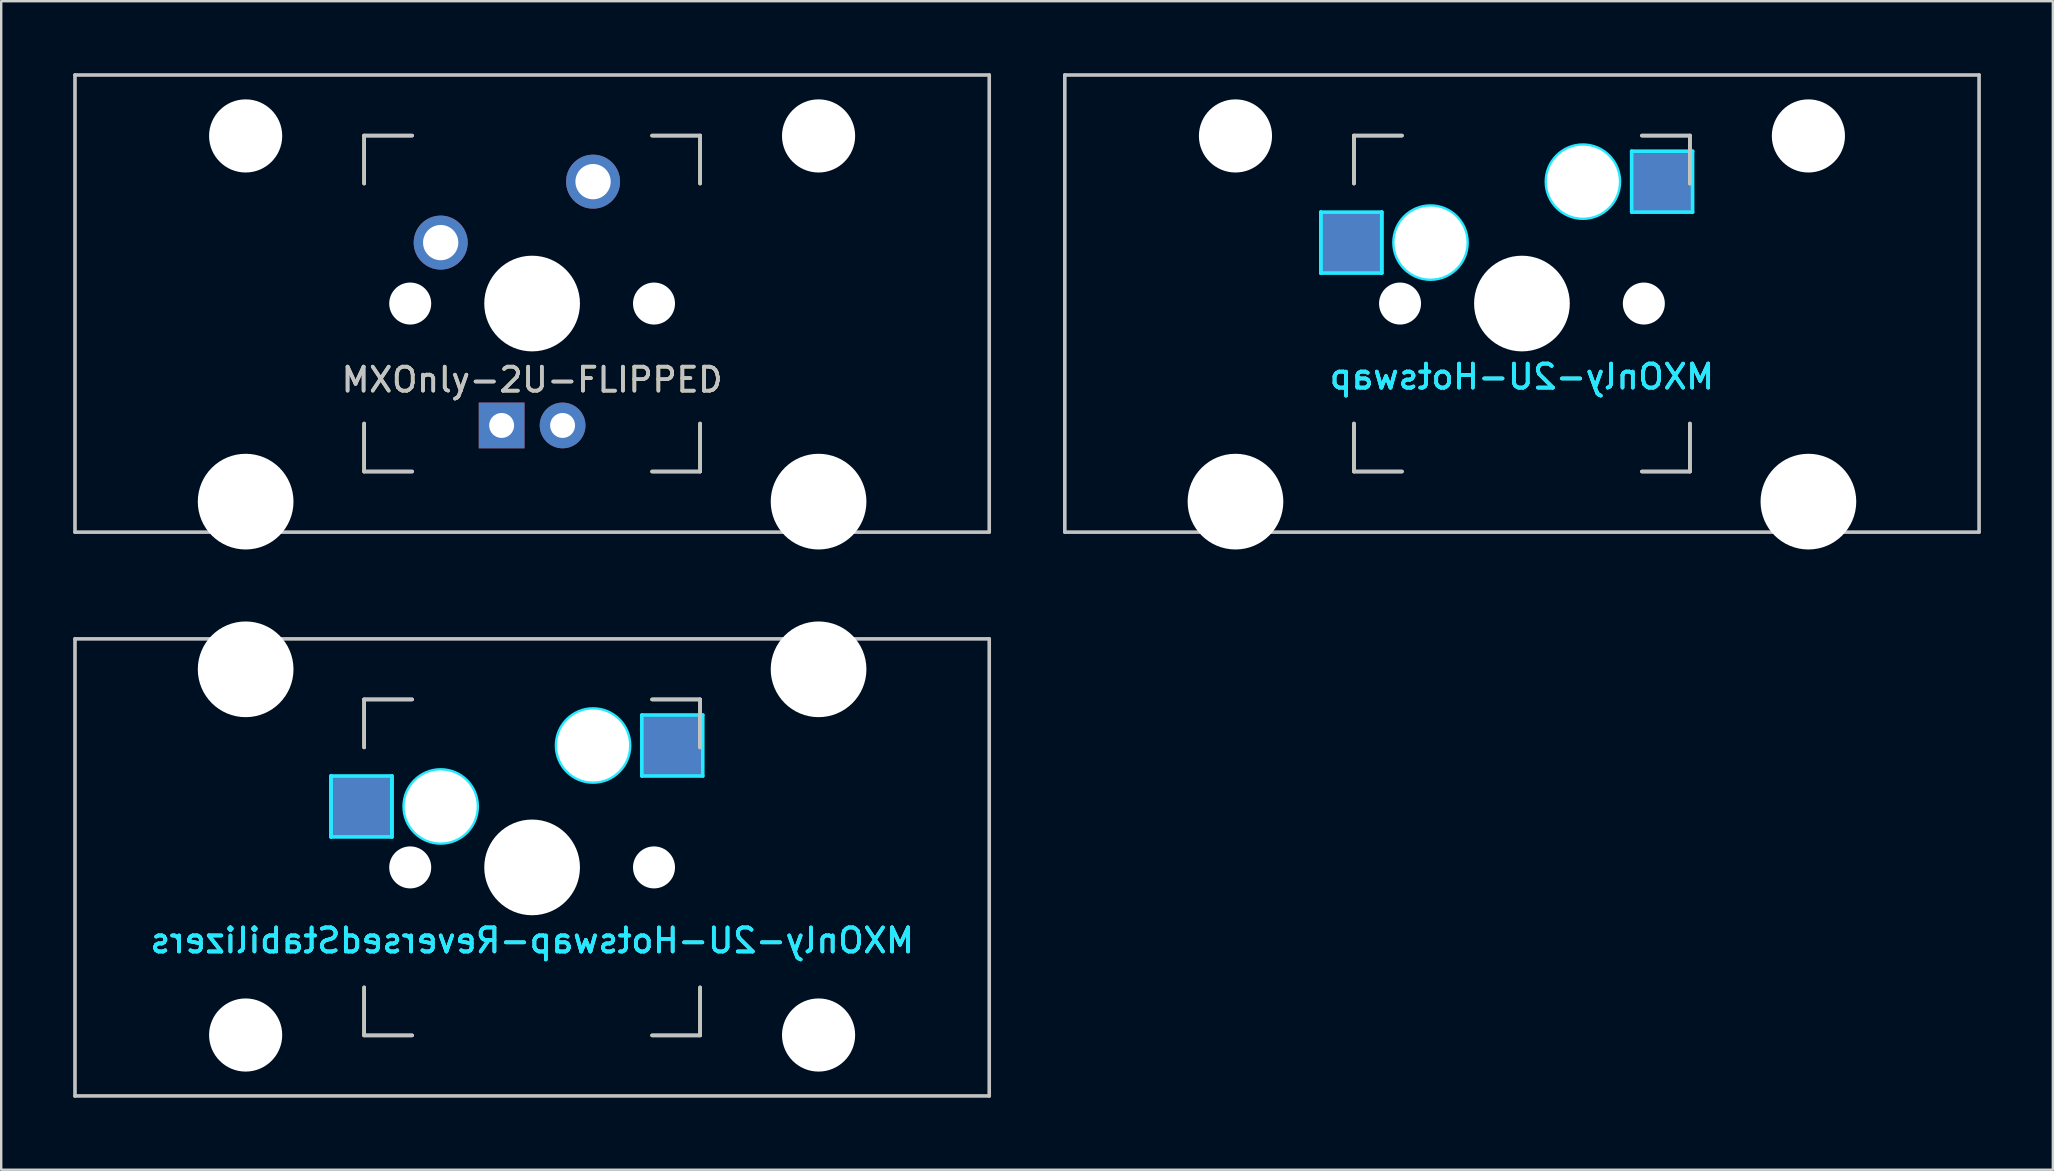
<source format=kicad_pcb>
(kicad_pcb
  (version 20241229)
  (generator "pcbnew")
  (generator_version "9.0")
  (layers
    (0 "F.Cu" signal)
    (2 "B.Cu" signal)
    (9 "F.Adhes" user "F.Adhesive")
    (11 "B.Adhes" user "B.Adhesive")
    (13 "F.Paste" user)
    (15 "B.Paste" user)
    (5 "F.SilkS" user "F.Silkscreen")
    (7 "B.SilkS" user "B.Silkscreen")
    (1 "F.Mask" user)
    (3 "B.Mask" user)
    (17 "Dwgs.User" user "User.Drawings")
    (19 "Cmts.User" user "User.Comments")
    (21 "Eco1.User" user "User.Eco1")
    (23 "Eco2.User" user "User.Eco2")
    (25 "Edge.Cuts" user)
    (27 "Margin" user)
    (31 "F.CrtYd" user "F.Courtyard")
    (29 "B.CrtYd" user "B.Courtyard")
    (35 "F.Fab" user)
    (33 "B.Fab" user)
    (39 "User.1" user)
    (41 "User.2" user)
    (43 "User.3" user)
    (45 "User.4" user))
  (footprint "MXOnly-2U-Hotswap-ReversedStabilizers"
    (layer "F.Cu")
    (at 19.125 33.098)
    (property "Reference" "MXOnly-2U-Hotswap-ReversedStabilizers" (at 0 3.048 0) (layer "B.CrtYd") (effects (font (size 1 1) (thickness 0.15)) (justify mirror)))
    (attr smd)
    (fp_line (start -7 -7) (end -7 -5) (stroke (width 0.15) (type solid)) (layer "F.SilkS"))
    (fp_line (start -7 5) (end -7 7) (stroke (width 0.15) (type solid)) (layer "F.SilkS"))
    (fp_line (start -7 7) (end -5 7) (stroke (width 0.15) (type solid)) (layer "F.SilkS"))
    (fp_line (start -5 -7) (end -7 -7) (stroke (width 0.15) (type solid)) (layer "F.SilkS"))
    (fp_line (start 5 -7) (end 7 -7) (stroke (width 0.15) (type solid)) (layer "F.SilkS"))
    (fp_line (start 5 7) (end 7 7) (stroke (width 0.15) (type solid)) (layer "F.SilkS"))
    (fp_line (start 7 -7) (end 7 -5) (stroke (width 0.15) (type solid)) (layer "F.SilkS"))
    (fp_line (start 7 7) (end 7 5) (stroke (width 0.15) (type solid)) (layer "F.SilkS"))
    (fp_line (start -19.05 -9.525) (end 19.05 -9.525) (stroke (width 0.15) (type solid)) (layer "Dwgs.User"))
    (fp_line (start -19.05 9.525) (end -19.05 -9.525) (stroke (width 0.15) (type solid)) (layer "Dwgs.User"))
    (fp_line (start -7 -7) (end -7 -5) (stroke (width 0.15) (type solid)) (layer "Dwgs.User"))
    (fp_line (start -7 5) (end -7 7) (stroke (width 0.15) (type solid)) (layer "Dwgs.User"))
    (fp_line (start -7 7) (end -5 7) (stroke (width 0.15) (type solid)) (layer "Dwgs.User"))
    (fp_line (start -5 -7) (end -7 -7) (stroke (width 0.15) (type solid)) (layer "Dwgs.User"))
    (fp_line (start 5 -7) (end 7 -7) (stroke (width 0.15) (type solid)) (layer "Dwgs.User"))
    (fp_line (start 5 7) (end 7 7) (stroke (width 0.15) (type solid)) (layer "Dwgs.User"))
    (fp_line (start 7 -7) (end 7 -5) (stroke (width 0.15) (type solid)) (layer "Dwgs.User"))
    (fp_line (start 7 7) (end 7 5) (stroke (width 0.15) (type solid)) (layer "Dwgs.User"))
    (fp_line (start 19.05 -9.525) (end 19.05 9.525) (stroke (width 0.15) (type solid)) (layer "Dwgs.User"))
    (fp_line (start 19.05 9.525) (end -19.05 9.525) (stroke (width 0.15) (type solid)) (layer "Dwgs.User"))
    (fp_line (start -8.382 -3.81) (end -5.842 -3.81) (stroke (width 0.15) (type solid)) (layer "B.CrtYd"))
    (fp_line (start -8.382 -1.27) (end -8.382 -3.81) (stroke (width 0.15) (type solid)) (layer "B.CrtYd"))
    (fp_line (start -8.382 -1.27) (end -8.382 -3.81) (stroke (width 0.15) (type solid)) (layer "B.CrtYd"))
    (fp_line (start -5.842 -3.81) (end -5.842 -1.27) (stroke (width 0.15) (type solid)) (layer "B.CrtYd"))
    (fp_line (start -5.842 -3.81) (end -5.842 -1.27) (stroke (width 0.15) (type solid)) (layer "B.CrtYd"))
    (fp_line (start -5.842 -1.27) (end -8.382 -1.27) (stroke (width 0.15) (type solid)) (layer "B.CrtYd"))
    (fp_line (start 4.572 -6.35) (end 7.112 -6.35) (stroke (width 0.15) (type solid)) (layer "B.CrtYd"))
    (fp_line (start 4.572 -3.81) (end 4.572 -6.35) (stroke (width 0.15) (type solid)) (layer "B.CrtYd"))
    (fp_line (start 7.112 -6.35) (end 7.112 -3.81) (stroke (width 0.15) (type solid)) (layer "B.CrtYd"))
    (fp_line (start 7.112 -3.81) (end 4.572 -3.81) (stroke (width 0.15) (type solid)) (layer "B.CrtYd"))
    (fp_circle (center -3.81 -2.54) (end -3.81 -4.064) (stroke (width 0.15) (type solid)) (fill no) (layer "B.CrtYd"))
    (fp_circle (center 2.54 -5.08) (end 2.54 -6.604) (stroke (width 0.15) (type solid)) (fill no) (layer "B.CrtYd"))
    (fp_text user "${REFERENCE}" (at 0 3.048 0) (layer "B.SilkS") (effects (font (size 1 1) (thickness 0.15)) (justify mirror)))
    (fp_text user "${REFERENCE}" (at 0 3.048 0) (layer "B.CrtYd") (effects (font (size 1 1) (thickness 0.15)) (justify mirror)))
    (pad "" np_thru_hole circle (at -11.938 -8.255) (size 3.988 3.988) (drill 3.988) (layers "*.Cu" "*.Mask"))
    (pad "" np_thru_hole circle (at -11.938 6.985) (size 3.048 3.048) (drill 3.048) (layers "*.Cu" "*.Mask"))
    (pad "" np_thru_hole circle (at -5.08 0 48.1) (size 1.75 1.75) (drill 1.75) (layers "*.Cu" "*.Mask"))
    (pad "" np_thru_hole circle (at -3.81 -2.54) (size 3 3) (drill 3) (layers "*.Cu" "*.Mask"))
    (pad "" np_thru_hole circle (at 0 0) (size 3.988 3.988) (drill 3.988) (layers "*.Cu" "*.Mask"))
    (pad "" np_thru_hole circle (at 2.54 -5.08) (size 3 3) (drill 3) (layers "*.Cu" "*.Mask"))
    (pad "" np_thru_hole circle (at 5.08 0 48.1) (size 1.75 1.75) (drill 1.75) (layers "*.Cu" "*.Mask"))
    (pad "" np_thru_hole circle (at 11.938 -8.255) (size 3.988 3.988) (drill 3.988) (layers "*.Cu" "*.Mask"))
    (pad "" np_thru_hole circle (at 11.938 6.985) (size 3.048 3.048) (drill 3.048) (layers "*.Cu" "*.Mask"))
    (pad "1" smd rect (at -7.085 -2.54) (size 2.55 2.5) (layers "B.Cu" "B.Mask" "B.Paste"))
    (pad "2" smd rect (at 5.842 -5.08) (size 2.55 2.5) (layers "B.Cu" "B.Mask" "B.Paste")))
  (footprint "MXOnly-2U-FLIPPED"
    (layer "F.Cu")
    (at 19.125 9.6)
    (property "Reference" "MXOnly-2U-FLIPPED" (at 0 3.175 0) (layer "Dwgs.User") (effects (font (size 1 1) (thickness 0.15))))
    (attr through_hole)
    (fp_line (start -7 -7) (end -7 -5) (stroke (width 0.15) (type solid)) (layer "F.SilkS"))
    (fp_line (start -7 5) (end -7 7) (stroke (width 0.15) (type solid)) (layer "F.SilkS"))
    (fp_line (start -7 7) (end -5 7) (stroke (width 0.15) (type solid)) (layer "F.SilkS"))
    (fp_line (start -5 -7) (end -7 -7) (stroke (width 0.15) (type solid)) (layer "F.SilkS"))
    (fp_line (start 5 -7) (end 7 -7) (stroke (width 0.15) (type solid)) (layer "F.SilkS"))
    (fp_line (start 5 7) (end 7 7) (stroke (width 0.15) (type solid)) (layer "F.SilkS"))
    (fp_line (start 7 -7) (end 7 -5) (stroke (width 0.15) (type solid)) (layer "F.SilkS"))
    (fp_line (start 7 7) (end 7 5) (stroke (width 0.15) (type solid)) (layer "F.SilkS"))
    (fp_line (start -19.05 -9.525) (end 19.05 -9.525) (stroke (width 0.15) (type solid)) (layer "Dwgs.User"))
    (fp_line (start -19.05 9.525) (end -19.05 -9.525) (stroke (width 0.15) (type solid)) (layer "Dwgs.User"))
    (fp_line (start -19.05 9.525) (end 19.05 9.525) (stroke (width 0.15) (type solid)) (layer "Dwgs.User"))
    (fp_line (start -7 -7) (end -7 -5) (stroke (width 0.15) (type solid)) (layer "Dwgs.User"))
    (fp_line (start -7 5) (end -7 7) (stroke (width 0.15) (type solid)) (layer "Dwgs.User"))
    (fp_line (start -7 7) (end -5 7) (stroke (width 0.15) (type solid)) (layer "Dwgs.User"))
    (fp_line (start -5 -7) (end -7 -7) (stroke (width 0.15) (type solid)) (layer "Dwgs.User"))
    (fp_line (start 5 -7) (end 7 -7) (stroke (width 0.15) (type solid)) (layer "Dwgs.User"))
    (fp_line (start 5 7) (end 7 7) (stroke (width 0.15) (type solid)) (layer "Dwgs.User"))
    (fp_line (start 7 -7) (end 7 -5) (stroke (width 0.15) (type solid)) (layer "Dwgs.User"))
    (fp_line (start 7 7) (end 7 5) (stroke (width 0.15) (type solid)) (layer "Dwgs.User"))
    (fp_line (start 19.05 -9.525) (end 19.05 9.525) (stroke (width 0.15) (type solid)) (layer "Dwgs.User"))
    (fp_text user "${REFERENCE}" (at 0 3.175 0) (layer "F.SilkS") (effects (font (size 1 1) (thickness 0.15))))
    (pad "" np_thru_hole circle (at -11.938 -6.985) (size 3.048 3.048) (drill 3.048) (layers "*.Cu" "*.Mask"))
    (pad "" np_thru_hole circle (at -11.938 8.255) (size 3.988 3.988) (drill 3.988) (layers "*.Cu" "*.Mask"))
    (pad "" np_thru_hole circle (at -5.08 0 48.1) (size 1.75 1.75) (drill 1.75) (layers "*.Cu" "*.Mask"))
    (pad "" np_thru_hole circle (at 0 0) (size 3.988 3.988) (drill 3.988) (layers "*.Cu" "*.Mask"))
    (pad "" np_thru_hole circle (at 5.08 0 48.1) (size 1.75 1.75) (drill 1.75) (layers "*.Cu" "*.Mask"))
    (pad "" np_thru_hole circle (at 11.938 -6.985) (size 3.048 3.048) (drill 3.048) (layers "*.Cu" "*.Mask"))
    (pad "" np_thru_hole circle (at 11.938 8.255) (size 3.988 3.988) (drill 3.988) (layers "*.Cu" "*.Mask"))
    (pad "1" thru_hole circle (at -3.81 -2.54) (size 2.25 2.25) (drill 1.47) (layers "*.Cu" "B.Mask"))
    (pad "2" thru_hole circle (at 2.54 -5.08) (size 2.25 2.25) (drill 1.47) (layers "*.Cu" "B.Mask"))
    (pad "3" thru_hole circle (at 1.27 5.08) (size 1.905 1.905) (drill 1.04) (layers "*.Cu" "B.Mask"))
    (pad "4" thru_hole rect (at -1.27 5.08) (size 1.905 1.905) (drill 1.04) (layers "*.Cu" "B.Mask")))
  (footprint "MXOnly-2U-Hotswap"
    (layer "F.Cu")
    (at 60.375 9.6)
    (property "Reference" "MXOnly-2U-Hotswap" (at 0 3.048 0) (layer "B.CrtYd") (effects (font (size 1 1) (thickness 0.15)) (justify mirror)))
    (attr smd)
    (fp_line (start -7 -7) (end -7 -5) (stroke (width 0.15) (type solid)) (layer "F.SilkS"))
    (fp_line (start -7 5) (end -7 7) (stroke (width 0.15) (type solid)) (layer "F.SilkS"))
    (fp_line (start -7 7) (end -5 7) (stroke (width 0.15) (type solid)) (layer "F.SilkS"))
    (fp_line (start -5 -7) (end -7 -7) (stroke (width 0.15) (type solid)) (layer "F.SilkS"))
    (fp_line (start 5 -7) (end 7 -7) (stroke (width 0.15) (type solid)) (layer "F.SilkS"))
    (fp_line (start 5 7) (end 7 7) (stroke (width 0.15) (type solid)) (layer "F.SilkS"))
    (fp_line (start 7 -7) (end 7 -5) (stroke (width 0.15) (type solid)) (layer "F.SilkS"))
    (fp_line (start 7 7) (end 7 5) (stroke (width 0.15) (type solid)) (layer "F.SilkS"))
    (fp_line (start -19.05 -9.525) (end 19.05 -9.525) (stroke (width 0.15) (type solid)) (layer "Dwgs.User"))
    (fp_line (start -19.05 9.525) (end -19.05 -9.525) (stroke (width 0.15) (type solid)) (layer "Dwgs.User"))
    (fp_line (start -7 -7) (end -7 -5) (stroke (width 0.15) (type solid)) (layer "Dwgs.User"))
    (fp_line (start -7 5) (end -7 7) (stroke (width 0.15) (type solid)) (layer "Dwgs.User"))
    (fp_line (start -7 7) (end -5 7) (stroke (width 0.15) (type solid)) (layer "Dwgs.User"))
    (fp_line (start -5 -7) (end -7 -7) (stroke (width 0.15) (type solid)) (layer "Dwgs.User"))
    (fp_line (start 5 -7) (end 7 -7) (stroke (width 0.15) (type solid)) (layer "Dwgs.User"))
    (fp_line (start 5 7) (end 7 7) (stroke (width 0.15) (type solid)) (layer "Dwgs.User"))
    (fp_line (start 7 -7) (end 7 -5) (stroke (width 0.15) (type solid)) (layer "Dwgs.User"))
    (fp_line (start 7 7) (end 7 5) (stroke (width 0.15) (type solid)) (layer "Dwgs.User"))
    (fp_line (start 19.05 -9.525) (end 19.05 9.525) (stroke (width 0.15) (type solid)) (layer "Dwgs.User"))
    (fp_line (start 19.05 9.525) (end -19.05 9.525) (stroke (width 0.15) (type solid)) (layer "Dwgs.User"))
    (fp_line (start -8.382 -3.81) (end -5.842 -3.81) (stroke (width 0.15) (type solid)) (layer "B.CrtYd"))
    (fp_line (start -8.382 -1.27) (end -8.382 -3.81) (stroke (width 0.15) (type solid)) (layer "B.CrtYd"))
    (fp_line (start -8.382 -1.27) (end -8.382 -3.81) (stroke (width 0.15) (type solid)) (layer "B.CrtYd"))
    (fp_line (start -5.842 -3.81) (end -5.842 -1.27) (stroke (width 0.15) (type solid)) (layer "B.CrtYd"))
    (fp_line (start -5.842 -3.81) (end -5.842 -1.27) (stroke (width 0.15) (type solid)) (layer "B.CrtYd"))
    (fp_line (start -5.842 -1.27) (end -8.382 -1.27) (stroke (width 0.15) (type solid)) (layer "B.CrtYd"))
    (fp_line (start 4.572 -6.35) (end 7.112 -6.35) (stroke (width 0.15) (type solid)) (layer "B.CrtYd"))
    (fp_line (start 4.572 -3.81) (end 4.572 -6.35) (stroke (width 0.15) (type solid)) (layer "B.CrtYd"))
    (fp_line (start 7.112 -6.35) (end 7.112 -3.81) (stroke (width 0.15) (type solid)) (layer "B.CrtYd"))
    (fp_line (start 7.112 -3.81) (end 4.572 -3.81) (stroke (width 0.15) (type solid)) (layer "B.CrtYd"))
    (fp_circle (center -3.81 -2.54) (end -3.81 -4.064) (stroke (width 0.15) (type solid)) (fill no) (layer "B.CrtYd"))
    (fp_circle (center 2.54 -5.08) (end 2.54 -6.604) (stroke (width 0.15) (type solid)) (fill no) (layer "B.CrtYd"))
    (fp_text user "${REFERENCE}" (at 0 3.048 0) (layer "B.SilkS") (effects (font (size 1 1) (thickness 0.15)) (justify mirror)))
    (fp_text user "${REFERENCE}" (at 0 3.048 0) (layer "B.CrtYd") (effects (font (size 1 1) (thickness 0.15)) (justify mirror)))
    (pad "" np_thru_hole circle (at -11.938 -6.985) (size 3.048 3.048) (drill 3.048) (layers "*.Cu" "*.Mask"))
    (pad "" np_thru_hole circle (at -11.938 8.255) (size 3.988 3.988) (drill 3.988) (layers "*.Cu" "*.Mask"))
    (pad "" np_thru_hole circle (at -5.08 0 48.1) (size 1.75 1.75) (drill 1.75) (layers "*.Cu" "*.Mask"))
    (pad "" np_thru_hole circle (at -3.81 -2.54) (size 3 3) (drill 3) (layers "*.Cu" "*.Mask"))
    (pad "" np_thru_hole circle (at 0 0) (size 3.988 3.988) (drill 3.988) (layers "*.Cu" "*.Mask"))
    (pad "" np_thru_hole circle (at 2.54 -5.08) (size 3 3) (drill 3) (layers "*.Cu" "*.Mask"))
    (pad "" np_thru_hole circle (at 5.08 0 48.1) (size 1.75 1.75) (drill 1.75) (layers "*.Cu" "*.Mask"))
    (pad "" np_thru_hole circle (at 11.938 -6.985) (size 3.048 3.048) (drill 3.048) (layers "*.Cu" "*.Mask"))
    (pad "" np_thru_hole circle (at 11.938 8.255) (size 3.988 3.988) (drill 3.988) (layers "*.Cu" "*.Mask"))
    (pad "1" smd rect (at -7.085 -2.54) (size 2.55 2.5) (layers "B.Cu" "B.Mask" "B.Paste"))
    (pad "2" smd rect (at 5.842 -5.08) (size 2.55 2.5) (layers "B.Cu" "B.Mask" "B.Paste")))
  (gr_rect
    (start -3 -3)
    (end 82.5 45.698)
    (stroke (width 0.1) (type default))
    (fill no)
    (layer "Edge.Cuts")))
</source>
